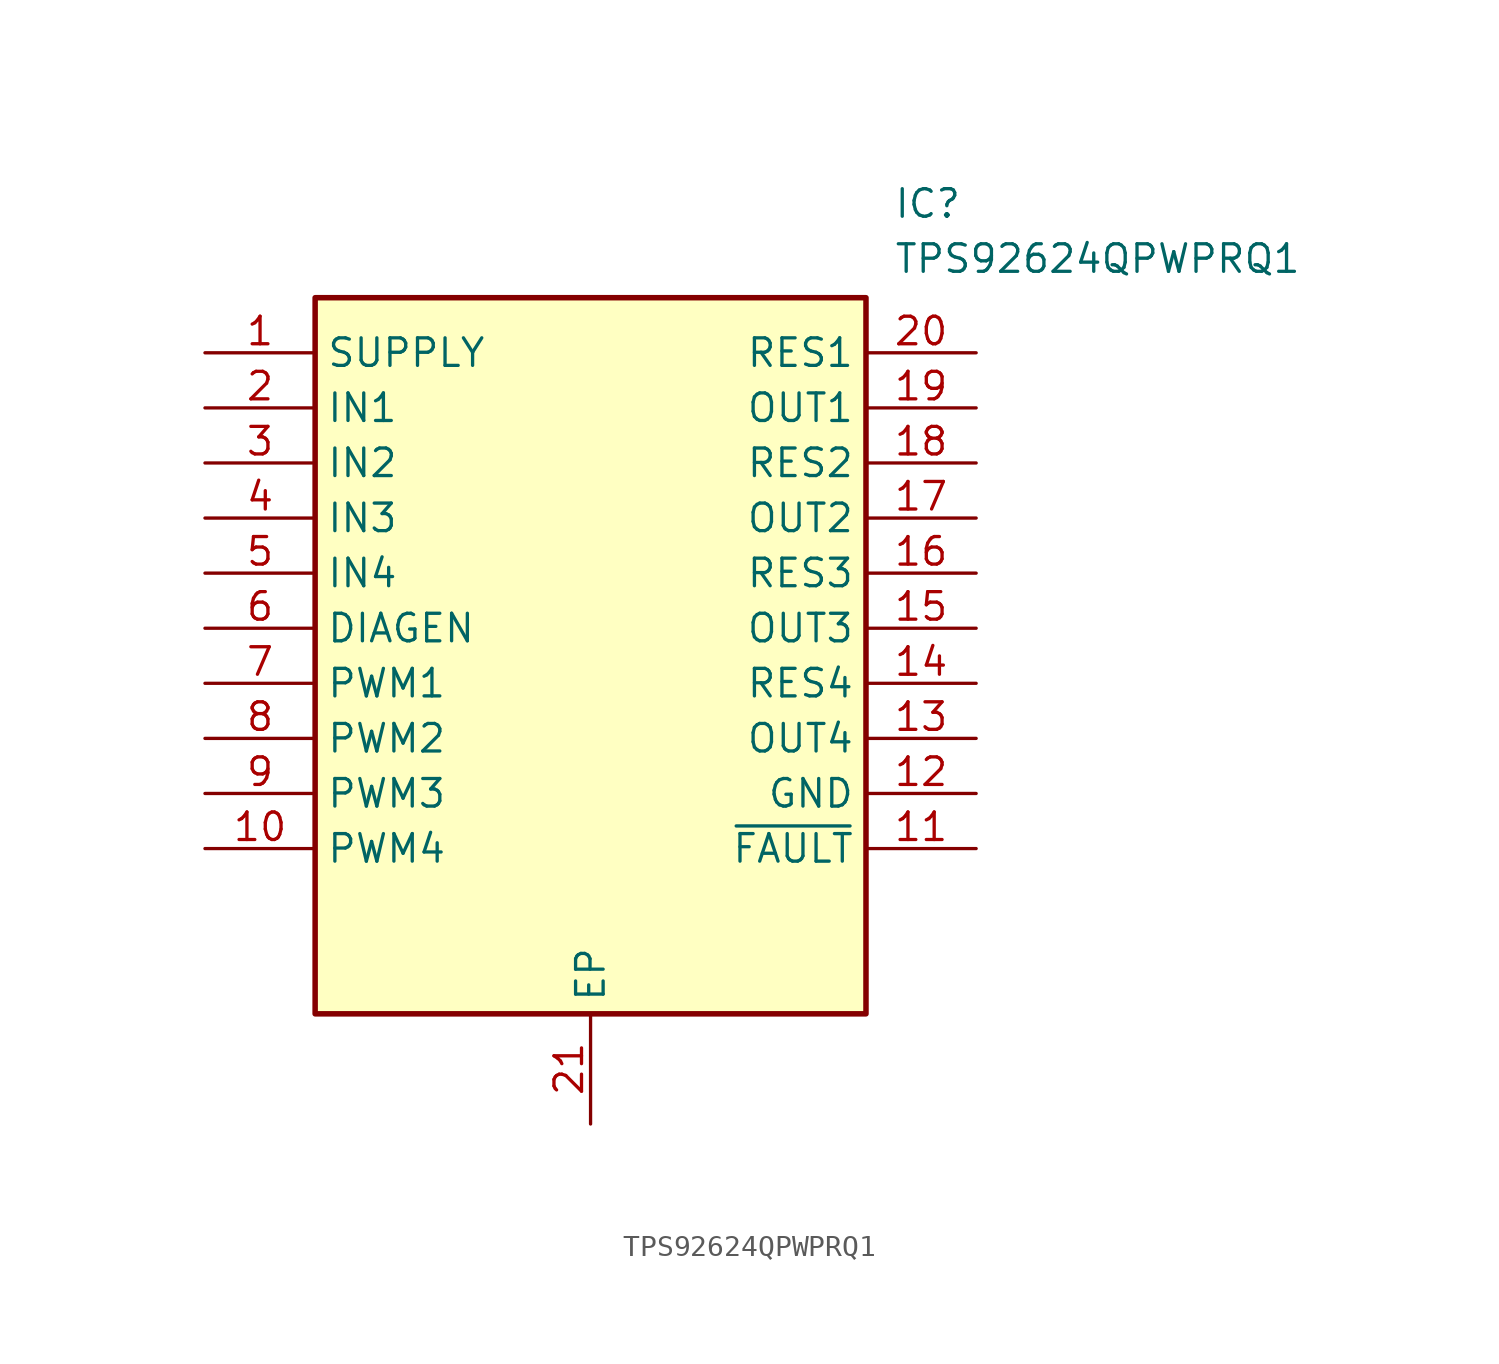
<source format=kicad_sym>
(kicad_symbol_lib
  (version 20211014)
  (generator SamacSys_ECAD_Model)
  (symbol "TPS92624QPWPRQ1"
    (property "Reference" "IC"
      (at 31.75 7.62 0)
      (effects (font (size 1.27 1.27)) (justify left top)))
    (property "Value" "TPS92624QPWPRQ1"
      (at 31.75 5.08 0)
      (effects (font (size 1.27 1.27)) (justify left top)))
    (rectangle
      (start 5.08 2.54)
      (end 30.48 -30.48)
      (stroke (width 0.254) (type default))
      (fill (type background)))
    (pin passive line
      (at 0 0 0)
      (length 5.08)
      (name "SUPPLY" (effects (font (size 1.27 1.27))))
      (number "1" (effects (font (size 1.27 1.27)))))
    (pin passive line
      (at 0 -2.54 0)
      (length 5.08)
      (name "IN1" (effects (font (size 1.27 1.27))))
      (number "2" (effects (font (size 1.27 1.27)))))
    (pin passive line
      (at 0 -5.08 0)
      (length 5.08)
      (name "IN2" (effects (font (size 1.27 1.27))))
      (number "3" (effects (font (size 1.27 1.27)))))
    (pin passive line
      (at 0 -7.62 0)
      (length 5.08)
      (name "IN3" (effects (font (size 1.27 1.27))))
      (number "4" (effects (font (size 1.27 1.27)))))
    (pin passive line
      (at 0 -10.16 0)
      (length 5.08)
      (name "IN4" (effects (font (size 1.27 1.27))))
      (number "5" (effects (font (size 1.27 1.27)))))
    (pin passive line
      (at 0 -12.7 0)
      (length 5.08)
      (name "DIAGEN" (effects (font (size 1.27 1.27))))
      (number "6" (effects (font (size 1.27 1.27)))))
    (pin passive line
      (at 0 -15.24 0)
      (length 5.08)
      (name "PWM1" (effects (font (size 1.27 1.27))))
      (number "7" (effects (font (size 1.27 1.27)))))
    (pin passive line
      (at 0 -17.78 0)
      (length 5.08)
      (name "PWM2" (effects (font (size 1.27 1.27))))
      (number "8" (effects (font (size 1.27 1.27)))))
    (pin passive line
      (at 0 -20.32 0)
      (length 5.08)
      (name "PWM3" (effects (font (size 1.27 1.27))))
      (number "9" (effects (font (size 1.27 1.27)))))
    (pin passive line
      (at 0 -22.86 0)
      (length 5.08)
      (name "PWM4" (effects (font (size 1.27 1.27))))
      (number "10" (effects (font (size 1.27 1.27)))))
    (pin passive line
      (at 17.78 -35.56 90)
      (length 5.08)
      (name "EP" (effects (font (size 1.27 1.27))))
      (number "21" (effects (font (size 1.27 1.27)))))
    (pin passive line
      (at 35.56 0 180)
      (length 5.08)
      (name "RES1" (effects (font (size 1.27 1.27))))
      (number "20" (effects (font (size 1.27 1.27)))))
    (pin passive line
      (at 35.56 -2.54 180)
      (length 5.08)
      (name "OUT1" (effects (font (size 1.27 1.27))))
      (number "19" (effects (font (size 1.27 1.27)))))
    (pin passive line
      (at 35.56 -5.08 180)
      (length 5.08)
      (name "RES2" (effects (font (size 1.27 1.27))))
      (number "18" (effects (font (size 1.27 1.27)))))
    (pin passive line
      (at 35.56 -7.62 180)
      (length 5.08)
      (name "OUT2" (effects (font (size 1.27 1.27))))
      (number "17" (effects (font (size 1.27 1.27)))))
    (pin passive line
      (at 35.56 -10.16 180)
      (length 5.08)
      (name "RES3" (effects (font (size 1.27 1.27))))
      (number "16" (effects (font (size 1.27 1.27)))))
    (pin passive line
      (at 35.56 -12.7 180)
      (length 5.08)
      (name "OUT3" (effects (font (size 1.27 1.27))))
      (number "15" (effects (font (size 1.27 1.27)))))
    (pin passive line
      (at 35.56 -15.24 180)
      (length 5.08)
      (name "RES4" (effects (font (size 1.27 1.27))))
      (number "14" (effects (font (size 1.27 1.27)))))
    (pin passive line
      (at 35.56 -17.78 180)
      (length 5.08)
      (name "OUT4" (effects (font (size 1.27 1.27))))
      (number "13" (effects (font (size 1.27 1.27)))))
    (pin passive line
      (at 35.56 -20.32 180)
      (length 5.08)
      (name "GND" (effects (font (size 1.27 1.27))))
      (number "12" (effects (font (size 1.27 1.27)))))
    (pin passive line
      (at 35.56 -22.86 180)
      (length 5.08)
      (name "~{FAULT}" (effects (font (size 1.27 1.27))))
      (number "11" (effects (font (size 1.27 1.27)))))))
</source>
